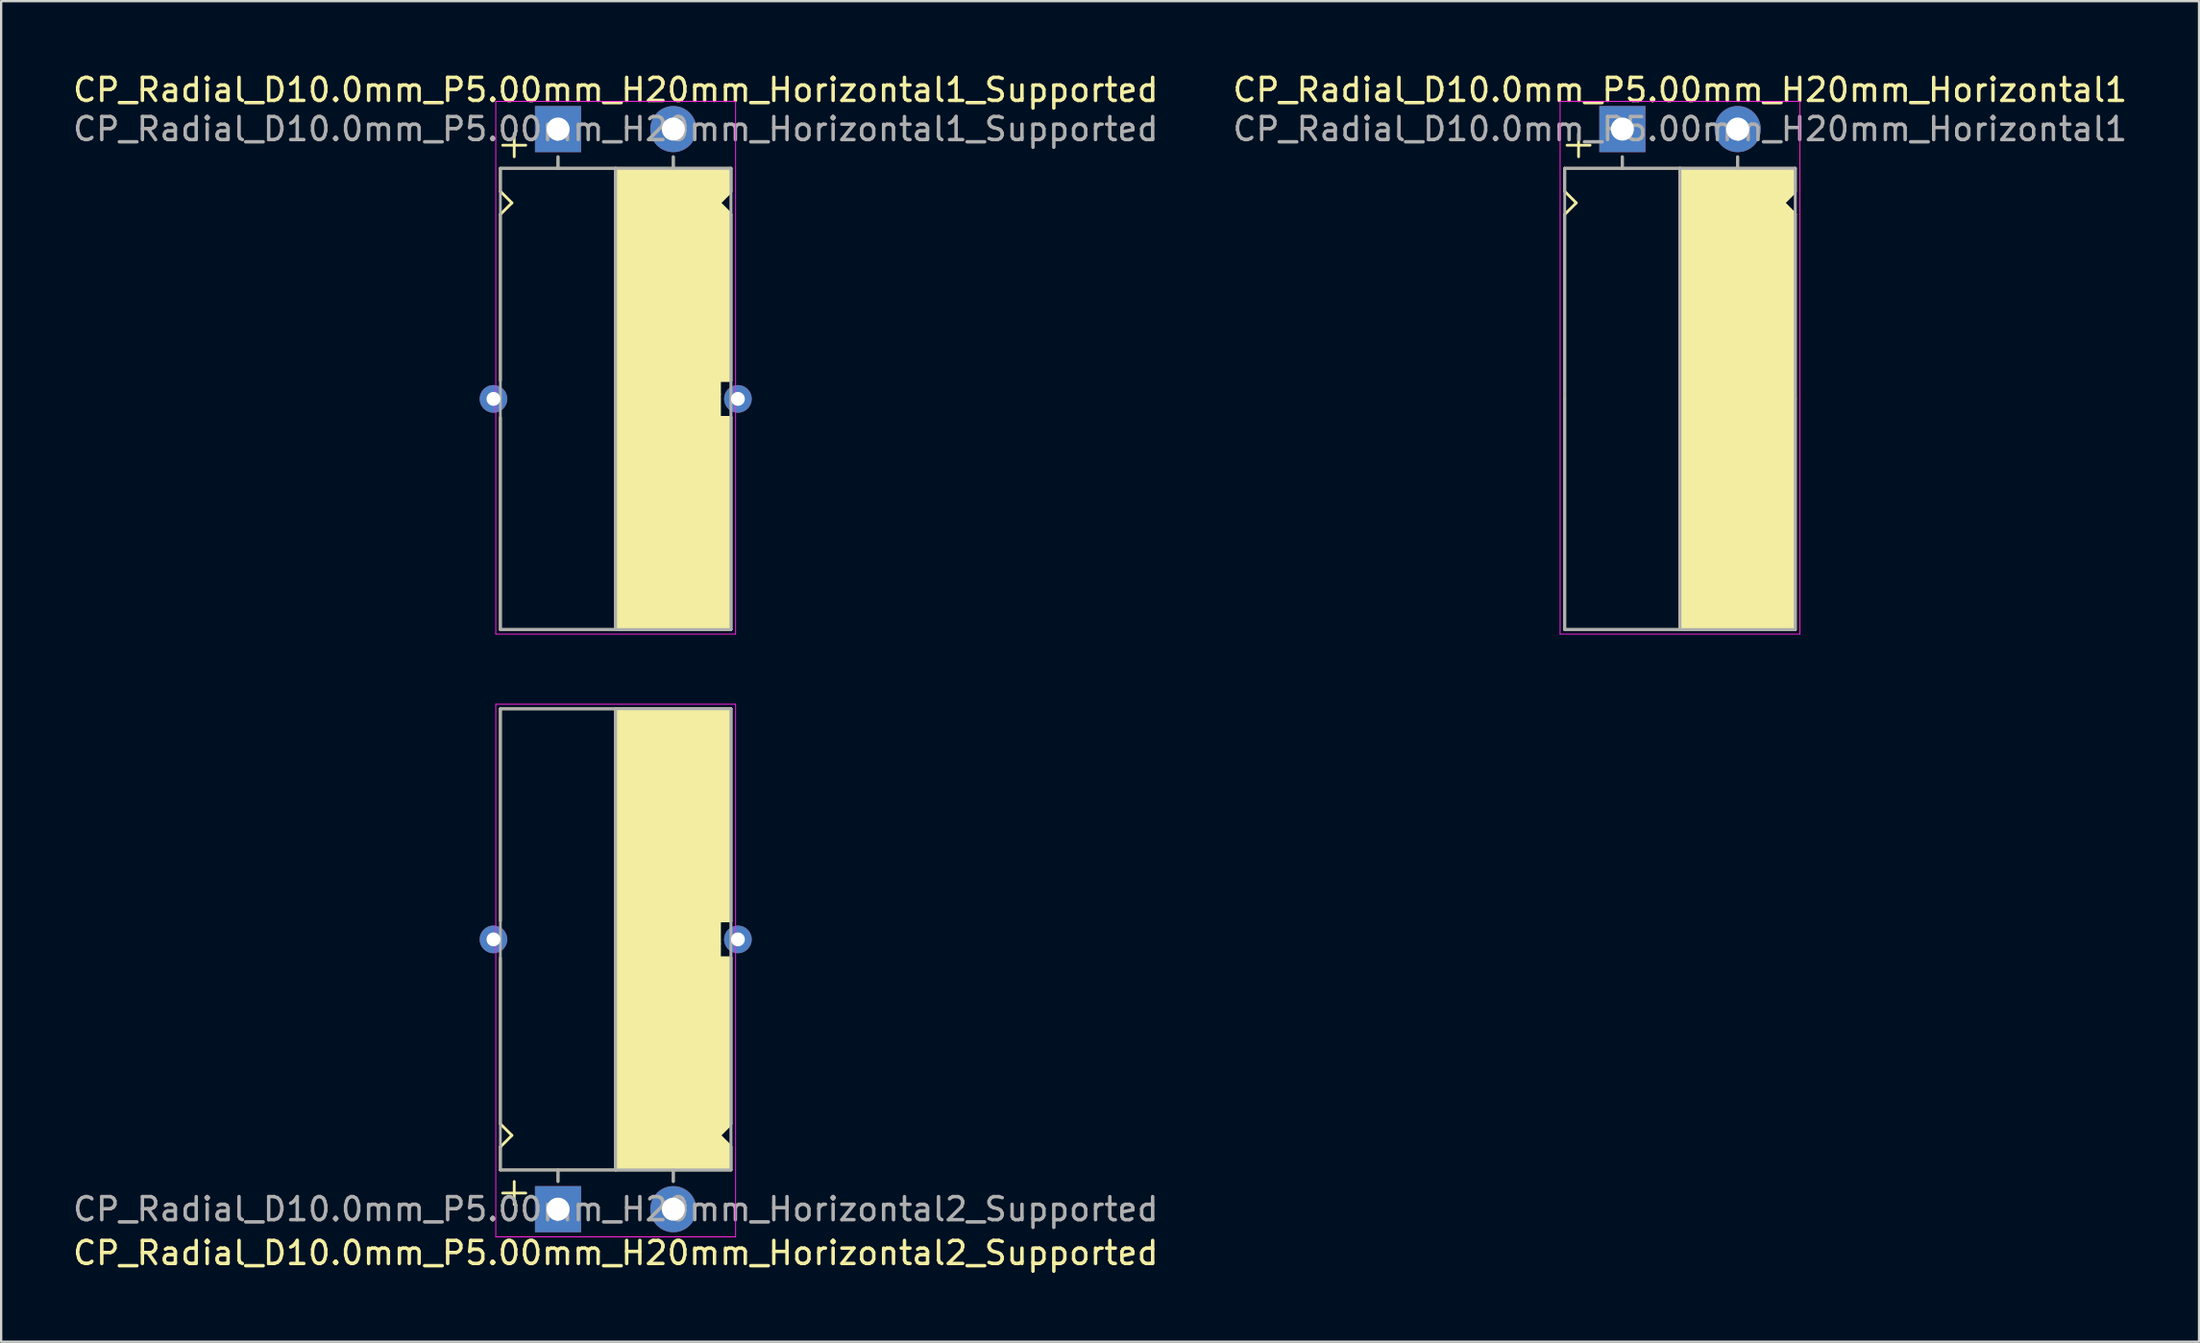
<source format=kicad_pcb>
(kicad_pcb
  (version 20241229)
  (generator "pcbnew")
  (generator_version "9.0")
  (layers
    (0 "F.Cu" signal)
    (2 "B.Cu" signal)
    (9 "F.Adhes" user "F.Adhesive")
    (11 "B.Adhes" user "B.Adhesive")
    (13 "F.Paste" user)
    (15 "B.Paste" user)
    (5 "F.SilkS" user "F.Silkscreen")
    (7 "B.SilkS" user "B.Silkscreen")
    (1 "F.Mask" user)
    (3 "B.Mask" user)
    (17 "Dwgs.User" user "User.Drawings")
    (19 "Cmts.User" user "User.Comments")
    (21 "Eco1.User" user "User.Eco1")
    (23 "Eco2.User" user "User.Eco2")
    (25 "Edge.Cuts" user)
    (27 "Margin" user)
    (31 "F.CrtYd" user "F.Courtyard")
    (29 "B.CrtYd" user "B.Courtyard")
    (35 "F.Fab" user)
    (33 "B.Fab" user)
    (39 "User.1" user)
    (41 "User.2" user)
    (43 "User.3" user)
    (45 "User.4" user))
  (footprint "CP_Radial_D10.0mm_P5.00mm_H20mm_Horizontal2_Supported"
    (layer "F.Cu")
    (at 21.149 49.388)
    (property "Reference" "CP_Radial_D10.0mm_P5.00mm_H20mm_Horizontal2_Supported" (at 2.5 1.9 0) (layer "F.SilkS") (effects (font (size 1 1) (thickness 0.15))))
    (attr through_hole)
    (fp_line (start -2.5 -21.7) (end 7.5 -21.7) (stroke (width 0.12) (type solid)) (layer "F.SilkS"))
    (fp_line (start -2.5 -12.5) (end -2.5 -21.7) (stroke (width 0.12) (type solid)) (layer "F.SilkS"))
    (fp_line (start -2.5 -3.7) (end -2.5 -10.9) (stroke (width 0.12) (type solid)) (layer "F.SilkS"))
    (fp_line (start -2.5 -2.7) (end -2 -3.2) (stroke (width 0.12) (type solid)) (layer "F.SilkS"))
    (fp_line (start -2.5 -1.7) (end -2.5 -2.7) (stroke (width 0.12) (type solid)) (layer "F.SilkS"))
    (fp_line (start -2 -3.2) (end -2.5 -3.7) (stroke (width 0.12) (type solid)) (layer "F.SilkS"))
    (fp_line (start -1.9 -1.2) (end -1.9 -0.2) (stroke (width 0.12) (type solid)) (layer "F.SilkS"))
    (fp_line (start -1.4 -0.7) (end -2.4 -0.7) (stroke (width 0.12) (type solid)) (layer "F.SilkS"))
    (fp_line (start 0 -1.7) (end 0 -1.2) (stroke (width 0.12) (type solid)) (layer "F.SilkS"))
    (fp_line (start 2.5 -21.7) (end 2.5 -1.7) (stroke (width 0.12) (type solid)) (layer "F.SilkS"))
    (fp_line (start 2.5 -1.7) (end -2.5 -1.7) (stroke (width 0.12) (type solid)) (layer "F.SilkS"))
    (fp_line (start 5 -1.7) (end 5 -1.2) (stroke (width 0.12) (type solid)) (layer "F.SilkS"))
    (fp_line (start 7 -12.5) (end 7 -11.5) (stroke (width 0.12) (type solid)) (layer "F.SilkS"))
    (fp_line (start 7 -11.5) (end 7 -10.9) (stroke (width 0.12) (type solid)) (layer "F.SilkS"))
    (fp_line (start 7 -10.9) (end 7.5 -10.9) (stroke (width 0.12) (type solid)) (layer "F.SilkS"))
    (fp_line (start 7 -3.2) (end 7.5 -3.7) (stroke (width 0.12) (type solid)) (layer "F.SilkS"))
    (fp_line (start 7.5 -12.5) (end 7 -12.5) (stroke (width 0.12) (type solid)) (layer "F.SilkS"))
    (fp_line (start 7.5 -12.5) (end 7.5 -21.7) (stroke (width 0.12) (type solid)) (layer "F.SilkS"))
    (fp_line (start 7.5 -3.7) (end 7.5 -10.9) (stroke (width 0.12) (type solid)) (layer "F.SilkS"))
    (fp_line (start 7.5 -2.7) (end 7 -3.2) (stroke (width 0.12) (type solid)) (layer "F.SilkS"))
    (fp_line (start 7.5 -1.7) (end 2.5 -1.7) (stroke (width 0.12) (type solid)) (layer "F.SilkS"))
    (fp_line (start 7.5 -1.7) (end 7.5 -2.7) (stroke (width 0.12) (type solid)) (layer "F.SilkS"))
    (fp_poly (pts (xy 7.5 -2.7) (xy 7 -3.2) (xy 7.5 -3.7) (xy 7.5 -10.9) (xy 7 -10.9) (xy 7 -12.5) (xy 7.5 -12.5) (xy 7.5 -21.7) (xy 2.5 -21.7) (xy 2.5 -1.7) (xy 7.5 -1.7)) (stroke (width 0.1) (type solid)) (fill yes) (layer "F.SilkS"))
    (fp_line (start -2.7 -21.9) (end -2.7 1.2) (stroke (width 0.04) (type solid)) (layer "F.CrtYd"))
    (fp_line (start -2.7 1.2) (end 5.3 1.2) (stroke (width 0.04) (type solid)) (layer "F.CrtYd"))
    (fp_line (start 5.3 1.2) (end 7.7 1.2) (stroke (width 0.04) (type solid)) (layer "F.CrtYd"))
    (fp_line (start 7.7 -21.9) (end -2.7 -21.9) (stroke (width 0.04) (type solid)) (layer "F.CrtYd"))
    (fp_line (start 7.7 1.2) (end 7.7 -21.9) (stroke (width 0.04) (type solid)) (layer "F.CrtYd"))
    (fp_line (start -2.5 -21.7) (end 7.5 -21.7) (stroke (width 0.12) (type solid)) (layer "F.Fab"))
    (fp_line (start -2.5 -1.7) (end -2.5 -21.7) (stroke (width 0.12) (type solid)) (layer "F.Fab"))
    (fp_line (start 0 -1.7) (end 0 -1.2) (stroke (width 0.12) (type solid)) (layer "F.Fab"))
    (fp_line (start 2.5 -1.7) (end 2.5 -21.7) (stroke (width 0.12) (type solid)) (layer "F.Fab"))
    (fp_line (start 5 -1.7) (end 5 -1.2) (stroke (width 0.12) (type solid)) (layer "F.Fab"))
    (fp_line (start 7.5 -21.7) (end 7.5 -1.7) (stroke (width 0.12) (type solid)) (layer "F.Fab"))
    (fp_line (start 7.5 -1.7) (end -2.5 -1.7) (stroke (width 0.12) (type solid)) (layer "F.Fab"))
    (fp_poly (pts (xy 7.5 -21.7) (xy 2.5 -21.7) (xy 2.5 -1.7) (xy 7.5 -1.7)) (stroke (width 0.1) (type solid)) (fill no) (layer "F.Fab"))
    (fp_text user "${REFERENCE}" (at 2.5 0 0) (layer "F.Fab") (effects (font (size 1 1) (thickness 0.15))))
    (pad "" thru_hole circle (at -2.8 -11.7 180) (size 1.2 1.2) (drill 0.6) (layers "*.Cu" "*.Mask"))
    (pad "" thru_hole circle (at 7.8 -11.7 180) (size 1.2 1.2) (drill 0.6) (layers "*.Cu" "*.Mask"))
    (pad "1" thru_hole rect (at 0 0) (size 2 2) (drill 1) (layers "*.Cu" "*.Mask"))
    (pad "2" thru_hole circle (at 5 0) (size 2 2) (drill 1) (layers "*.Cu" "*.Mask")))
  (footprint "CP_Radial_D10.0mm_P5.00mm_H20mm_Horizontal1_Supported"
    (layer "F.Cu")
    (at 21.149 2.548)
    (property "Reference" "CP_Radial_D10.0mm_P5.00mm_H20mm_Horizontal1_Supported" (at 2.5 -1.7 0) (layer "F.SilkS") (effects (font (size 1 1) (thickness 0.15))))
    (attr through_hole)
    (fp_line (start -2.5 1.7) (end -2.5 2.7) (stroke (width 0.12) (type solid)) (layer "F.SilkS"))
    (fp_line (start -2.5 2.7) (end -2 3.2) (stroke (width 0.12) (type solid)) (layer "F.SilkS"))
    (fp_line (start -2.5 3.7) (end -2.5 10.9) (stroke (width 0.12) (type solid)) (layer "F.SilkS"))
    (fp_line (start -2.5 12.5) (end -2.5 21.7) (stroke (width 0.12) (type solid)) (layer "F.SilkS"))
    (fp_line (start -2.5 21.7) (end 7.5 21.7) (stroke (width 0.12) (type solid)) (layer "F.SilkS"))
    (fp_line (start -2 3.2) (end -2.5 3.7) (stroke (width 0.12) (type solid)) (layer "F.SilkS"))
    (fp_line (start -1.9 0.2) (end -1.9 1.2) (stroke (width 0.12) (type solid)) (layer "F.SilkS"))
    (fp_line (start -1.4 0.7) (end -2.4 0.7) (stroke (width 0.12) (type solid)) (layer "F.SilkS"))
    (fp_line (start 0 1.7) (end 0 1.2) (stroke (width 0.12) (type solid)) (layer "F.SilkS"))
    (fp_line (start 2.5 1.7) (end -2.5 1.7) (stroke (width 0.12) (type solid)) (layer "F.SilkS"))
    (fp_line (start 2.5 21.7) (end 2.5 1.7) (stroke (width 0.12) (type solid)) (layer "F.SilkS"))
    (fp_line (start 5 1.7) (end 5 1.2) (stroke (width 0.12) (type solid)) (layer "F.SilkS"))
    (fp_line (start 7 3.2) (end 7.5 3.7) (stroke (width 0.12) (type solid)) (layer "F.SilkS"))
    (fp_line (start 7 10.9) (end 7.5 10.9) (stroke (width 0.12) (type solid)) (layer "F.SilkS"))
    (fp_line (start 7 11.5) (end 7 10.9) (stroke (width 0.12) (type solid)) (layer "F.SilkS"))
    (fp_line (start 7 12.5) (end 7 11.5) (stroke (width 0.12) (type solid)) (layer "F.SilkS"))
    (fp_line (start 7.5 1.7) (end 2.5 1.7) (stroke (width 0.12) (type solid)) (layer "F.SilkS"))
    (fp_line (start 7.5 1.7) (end 7.5 2.7) (stroke (width 0.12) (type solid)) (layer "F.SilkS"))
    (fp_line (start 7.5 2.7) (end 7 3.2) (stroke (width 0.12) (type solid)) (layer "F.SilkS"))
    (fp_line (start 7.5 3.7) (end 7.5 10.9) (stroke (width 0.12) (type solid)) (layer "F.SilkS"))
    (fp_line (start 7.5 12.5) (end 7 12.5) (stroke (width 0.12) (type solid)) (layer "F.SilkS"))
    (fp_line (start 7.5 12.5) (end 7.5 21.7) (stroke (width 0.12) (type solid)) (layer "F.SilkS"))
    (fp_poly (pts (xy 7.5 2.7) (xy 7 3.2) (xy 7.5 3.7) (xy 7.5 10.9) (xy 7 10.9) (xy 7 12.5) (xy 7.5 12.5) (xy 7.5 21.7) (xy 2.5 21.7) (xy 2.5 1.7) (xy 7.5 1.7)) (stroke (width 0.1) (type solid)) (fill yes) (layer "F.SilkS"))
    (fp_line (start -2.7 -1.2) (end 5.3 -1.2) (stroke (width 0.04) (type solid)) (layer "F.CrtYd"))
    (fp_line (start -2.7 21.9) (end -2.7 -1.2) (stroke (width 0.04) (type solid)) (layer "F.CrtYd"))
    (fp_line (start 5.3 -1.2) (end 7.7 -1.2) (stroke (width 0.04) (type solid)) (layer "F.CrtYd"))
    (fp_line (start 7.7 -1.2) (end 7.7 21.9) (stroke (width 0.04) (type solid)) (layer "F.CrtYd"))
    (fp_line (start 7.7 21.9) (end -2.7 21.9) (stroke (width 0.04) (type solid)) (layer "F.CrtYd"))
    (fp_line (start -2.5 1.7) (end -2.5 21.7) (stroke (width 0.12) (type solid)) (layer "F.Fab"))
    (fp_line (start -2.5 21.7) (end 7.5 21.7) (stroke (width 0.12) (type solid)) (layer "F.Fab"))
    (fp_line (start 0 1.7) (end 0 1.2) (stroke (width 0.12) (type solid)) (layer "F.Fab"))
    (fp_line (start 2.5 1.7) (end 2.5 21.7) (stroke (width 0.12) (type solid)) (layer "F.Fab"))
    (fp_line (start 5 1.7) (end 5 1.2) (stroke (width 0.12) (type solid)) (layer "F.Fab"))
    (fp_line (start 7.5 1.7) (end -2.5 1.7) (stroke (width 0.12) (type solid)) (layer "F.Fab"))
    (fp_line (start 7.5 21.7) (end 7.5 1.7) (stroke (width 0.12) (type solid)) (layer "F.Fab"))
    (fp_poly (pts (xy 7.5 21.7) (xy 2.5 21.7) (xy 2.5 1.7) (xy 7.5 1.7)) (stroke (width 0.1) (type solid)) (fill no) (layer "F.Fab"))
    (fp_text user "${REFERENCE}" (at 2.5 0 0) (layer "F.Fab") (effects (font (size 1 1) (thickness 0.15))))
    (pad "" thru_hole circle (at -2.8 11.7) (size 1.2 1.2) (drill 0.6) (layers "*.Cu" "*.Mask"))
    (pad "" thru_hole circle (at 7.8 11.7) (size 1.2 1.2) (drill 0.6) (layers "*.Cu" "*.Mask"))
    (pad "1" thru_hole rect (at 0 0) (size 2 2) (drill 1) (layers "*.Cu" "*.Mask"))
    (pad "2" thru_hole circle (at 5 0) (size 2 2) (drill 1) (layers "*.Cu" "*.Mask")))
  (footprint "CP_Radial_D10.0mm_P5.00mm_H20mm_Horizontal1"
    (layer "F.Cu")
    (at 67.304 2.548)
    (property "Reference" "CP_Radial_D10.0mm_P5.00mm_H20mm_Horizontal1" (at 2.5 -1.7 0) (layer "F.SilkS") (effects (font (size 1 1) (thickness 0.15))))
    (attr through_hole)
    (fp_line (start -2.5 1.7) (end -2.5 2.7) (stroke (width 0.12) (type solid)) (layer "F.SilkS"))
    (fp_line (start -2.5 2.7) (end -2 3.2) (stroke (width 0.12) (type solid)) (layer "F.SilkS"))
    (fp_line (start -2.5 3.7) (end -2.5 11.7) (stroke (width 0.12) (type solid)) (layer "F.SilkS"))
    (fp_line (start -2.5 11.7) (end -2.5 21.7) (stroke (width 0.12) (type solid)) (layer "F.SilkS"))
    (fp_line (start -2.5 21.7) (end 7.5 21.7) (stroke (width 0.12) (type solid)) (layer "F.SilkS"))
    (fp_line (start -2 3.2) (end -2.5 3.7) (stroke (width 0.12) (type solid)) (layer "F.SilkS"))
    (fp_line (start -1.9 0.2) (end -1.9 1.2) (stroke (width 0.12) (type solid)) (layer "F.SilkS"))
    (fp_line (start -1.4 0.7) (end -2.4 0.7) (stroke (width 0.12) (type solid)) (layer "F.SilkS"))
    (fp_line (start 0 1.7) (end 0 1.2) (stroke (width 0.12) (type solid)) (layer "F.SilkS"))
    (fp_line (start 2.5 1.7) (end -2.5 1.7) (stroke (width 0.12) (type solid)) (layer "F.SilkS"))
    (fp_line (start 2.5 21.7) (end 2.5 1.7) (stroke (width 0.12) (type solid)) (layer "F.SilkS"))
    (fp_line (start 5 1.7) (end 5 1.2) (stroke (width 0.12) (type solid)) (layer "F.SilkS"))
    (fp_line (start 7 3.2) (end 7.5 3.7) (stroke (width 0.12) (type solid)) (layer "F.SilkS"))
    (fp_line (start 7.5 1.7) (end 2.5 1.7) (stroke (width 0.12) (type solid)) (layer "F.SilkS"))
    (fp_line (start 7.5 1.7) (end 7.5 2.7) (stroke (width 0.12) (type solid)) (layer "F.SilkS"))
    (fp_line (start 7.5 2.7) (end 7 3.2) (stroke (width 0.12) (type solid)) (layer "F.SilkS"))
    (fp_line (start 7.5 3.7) (end 7.5 11.7) (stroke (width 0.12) (type solid)) (layer "F.SilkS"))
    (fp_line (start 7.5 11.7) (end 7.5 21.7) (stroke (width 0.12) (type solid)) (layer "F.SilkS"))
    (fp_poly (pts (xy 7.5 2.7) (xy 7 3.2) (xy 7.5 3.7) (xy 7.5 21.7) (xy 2.5 21.7) (xy 2.5 1.7) (xy 7.5 1.7)) (stroke (width 0.1) (type solid)) (fill yes) (layer "F.SilkS"))
    (fp_line (start -2.7 -1.2) (end 5.3 -1.2) (stroke (width 0.04) (type solid)) (layer "F.CrtYd"))
    (fp_line (start -2.7 21.9) (end -2.7 -1.2) (stroke (width 0.04) (type solid)) (layer "F.CrtYd"))
    (fp_line (start 5.3 -1.2) (end 7.7 -1.2) (stroke (width 0.04) (type solid)) (layer "F.CrtYd"))
    (fp_line (start 7.7 -1.2) (end 7.7 21.9) (stroke (width 0.04) (type solid)) (layer "F.CrtYd"))
    (fp_line (start 7.7 21.9) (end -2.7 21.9) (stroke (width 0.04) (type solid)) (layer "F.CrtYd"))
    (fp_line (start -2.5 1.7) (end -2.5 21.7) (stroke (width 0.12) (type solid)) (layer "F.Fab"))
    (fp_line (start -2.5 21.7) (end 7.5 21.7) (stroke (width 0.12) (type solid)) (layer "F.Fab"))
    (fp_line (start 0 1.7) (end 0 1.2) (stroke (width 0.12) (type solid)) (layer "F.Fab"))
    (fp_line (start 2.5 1.7) (end 2.5 21.7) (stroke (width 0.12) (type solid)) (layer "F.Fab"))
    (fp_line (start 5 1.7) (end 5 1.2) (stroke (width 0.12) (type solid)) (layer "F.Fab"))
    (fp_line (start 7.5 1.7) (end -2.5 1.7) (stroke (width 0.12) (type solid)) (layer "F.Fab"))
    (fp_line (start 7.5 21.7) (end 7.5 1.7) (stroke (width 0.12) (type solid)) (layer "F.Fab"))
    (fp_poly (pts (xy 7.5 21.7) (xy 2.5 21.7) (xy 2.5 1.7) (xy 7.5 1.7)) (stroke (width 0.1) (type solid)) (fill no) (layer "F.Fab"))
    (fp_text user "${REFERENCE}" (at 2.5 0 0) (layer "F.Fab") (effects (font (size 1 1) (thickness 0.15))))
    (pad "1" thru_hole rect (at 0 0) (size 2 2) (drill 1) (layers "*.Cu" "*.Mask"))
    (pad "2" thru_hole circle (at 5 0) (size 2 2) (drill 1) (layers "*.Cu" "*.Mask")))
  (gr_rect
    (start -3 -3)
    (end 92.31 55.136)
    (stroke (width 0.1) (type default))
    (fill no)
    (layer "Edge.Cuts")))
</source>
